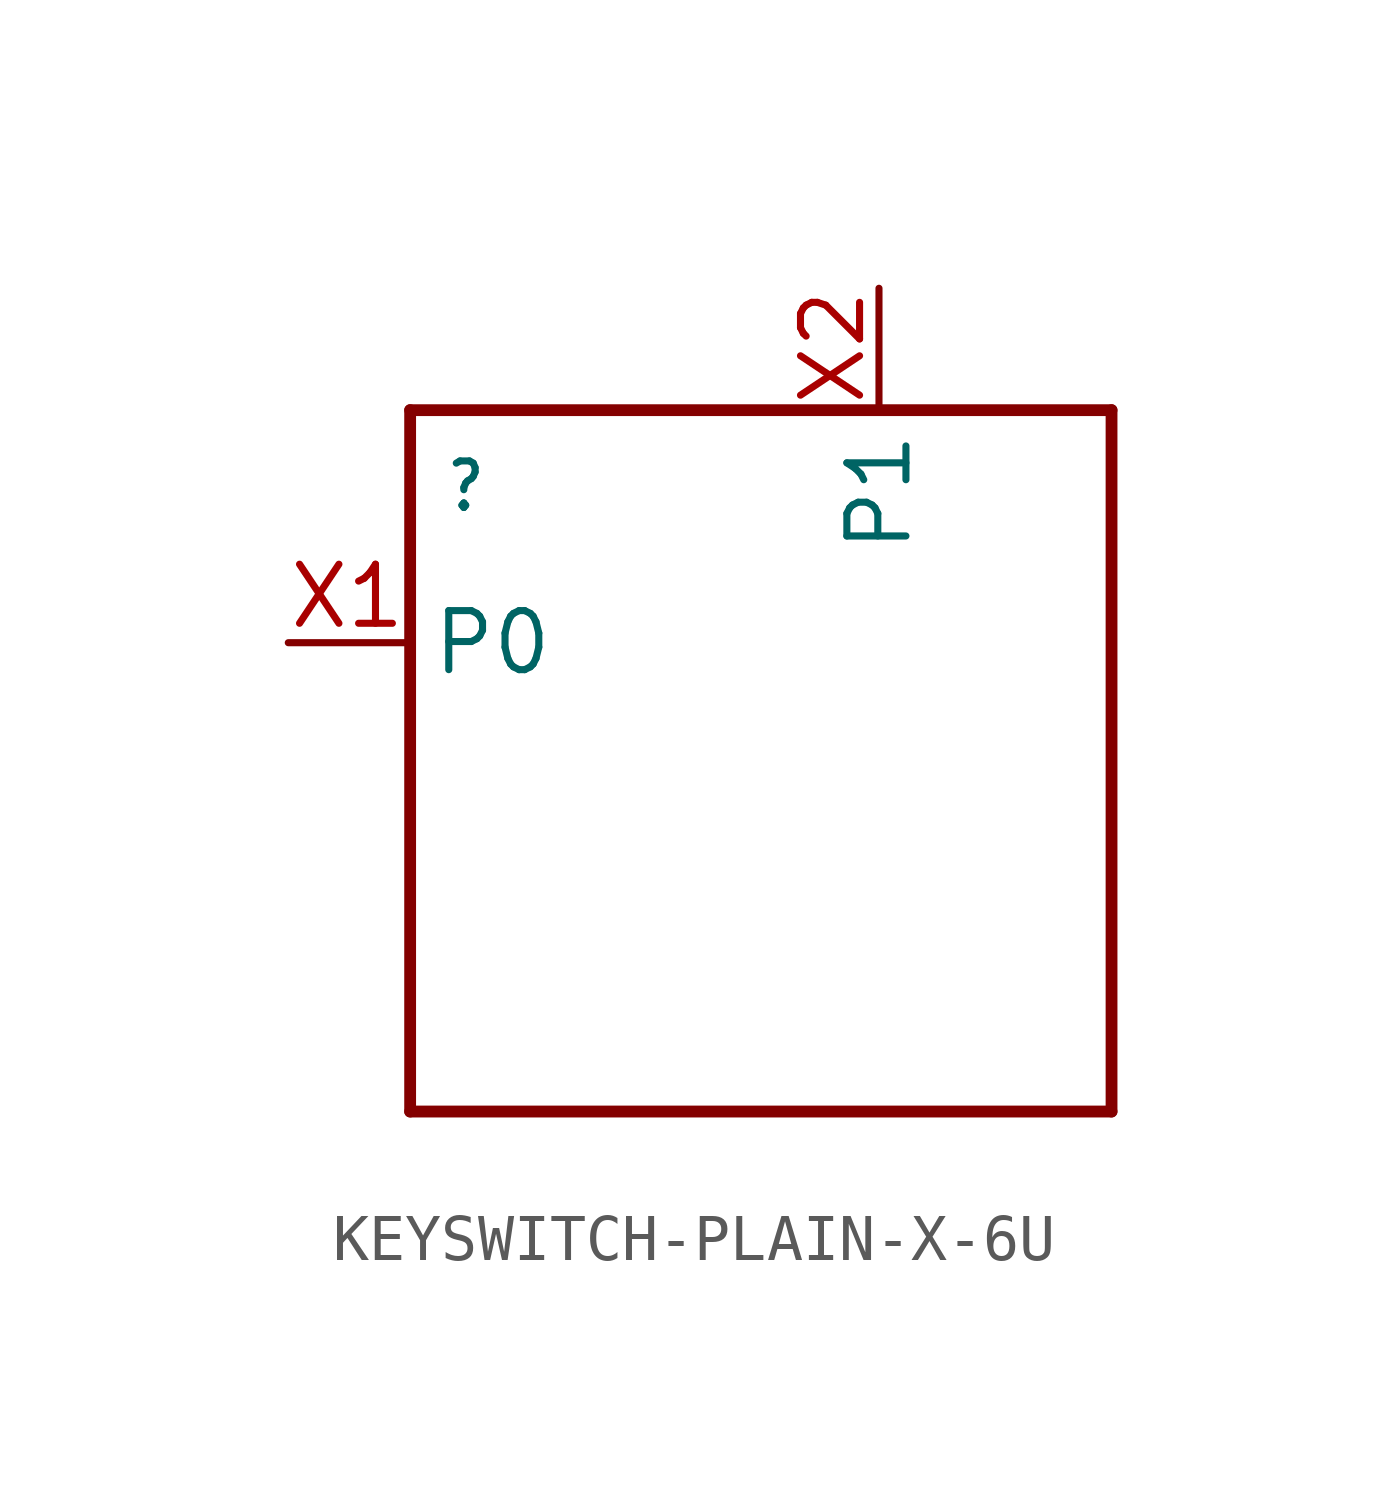
<source format=kicad_sym>
(kicad_symbol_lib
  (version 20211014)
  (generator kicad_symbol_editor)
  (symbol "KEYSWITCH-PLAIN-X-6U"
    (property "Reference" ""
      (at -6.81 5.318 0)
      (effects (font (size 1 0.85)) (justify left bottom)))
    (property "ki_locked" ""
      (at 0 0 0)
      (effects (font (size 1.27 1.27))))
    (symbol "KEYSWITCH-PLAIN-X-6U_1_0"
      (polyline (pts (xy -7.54 -7.54) (xy -7.54 7.54)) (stroke (width 0.254) (type default) (color 0 0 0 0)) (fill (type none)))
      (polyline (pts (xy -7.54 7.54) (xy 7.54 7.54)) (stroke (width 0.254) (type default) (color 0 0 0 0)) (fill (type none)))
      (polyline (pts (xy 7.54 -7.54) (xy -7.54 -7.54)) (stroke (width 0.254) (type default) (color 0 0 0 0)) (fill (type none)))
      (polyline (pts (xy 7.54 7.54) (xy 7.54 -7.54)) (stroke (width 0.254) (type default) (color 0 0 0 0)) (fill (type none)))
      (pin bidirectional line (at -10.16 2.54 0) (length 2.54) (name "P0" (effects (font (size 1.27 1.27)))) (number "X1" (effects (font (size 1.27 1.27)))))
      (pin bidirectional line (at 2.54 10.16 270) (length 2.54) (name "P1" (effects (font (size 1.27 1.27)))) (number "X2" (effects (font (size 1.27 1.27))))))))
</source>
